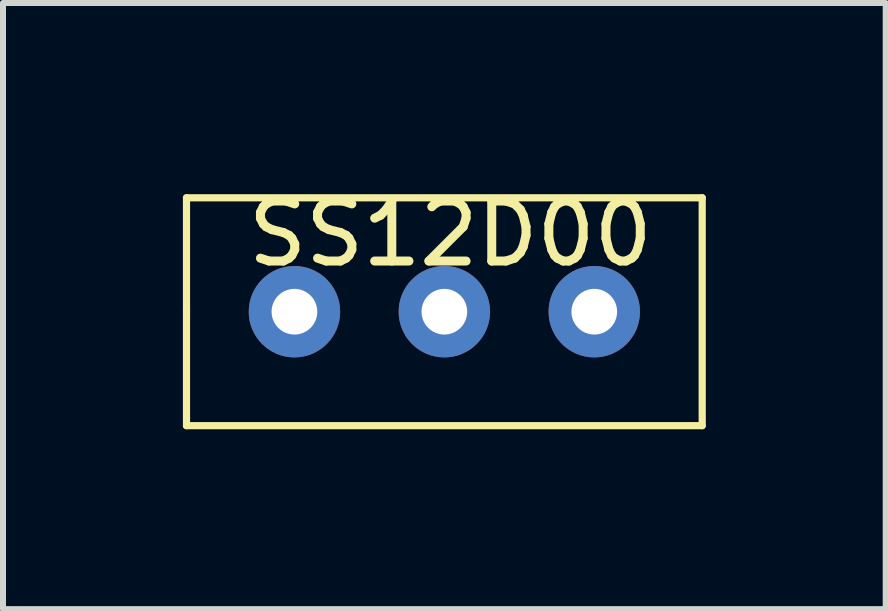
<source format=kicad_pcb>
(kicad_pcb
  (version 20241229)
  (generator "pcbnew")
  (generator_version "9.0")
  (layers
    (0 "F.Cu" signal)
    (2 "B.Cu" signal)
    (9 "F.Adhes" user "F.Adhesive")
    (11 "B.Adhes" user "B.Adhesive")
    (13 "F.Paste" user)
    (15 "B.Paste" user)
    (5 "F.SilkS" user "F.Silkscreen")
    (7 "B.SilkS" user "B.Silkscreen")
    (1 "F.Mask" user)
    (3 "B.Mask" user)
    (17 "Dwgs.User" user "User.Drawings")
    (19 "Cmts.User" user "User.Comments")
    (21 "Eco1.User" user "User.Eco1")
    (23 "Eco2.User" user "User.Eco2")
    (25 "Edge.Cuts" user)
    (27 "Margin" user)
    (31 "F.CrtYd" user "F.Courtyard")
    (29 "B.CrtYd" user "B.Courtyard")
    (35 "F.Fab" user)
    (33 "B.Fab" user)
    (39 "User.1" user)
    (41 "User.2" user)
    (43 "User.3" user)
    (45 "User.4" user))
  (footprint "SS12D00"
    (layer "F.Cu")
    (at 4.36 2.148)
    (property "Reference" "SS12D00" (at 0.1 -1.3 0) (layer "F.SilkS") (effects (font (size 1 1) (thickness 0.15))))
    (attr through_hole)
    (fp_line (start -4.3 -1.9) (end -4.3 0) (stroke (width 0.12) (type solid)) (layer "F.SilkS"))
    (fp_line (start -4.3 0) (end -4.3 1.9) (stroke (width 0.12) (type solid)) (layer "F.SilkS"))
    (fp_line (start -4.3 1.9) (end 4.3 1.9) (stroke (width 0.12) (type solid)) (layer "F.SilkS"))
    (fp_line (start 4.3 -1.9) (end -4.3 -1.9) (stroke (width 0.12) (type solid)) (layer "F.SilkS"))
    (fp_line (start 4.3 1.9) (end 4.3 -1.9) (stroke (width 0.12) (type solid)) (layer "F.SilkS"))
    (pad "1" thru_hole circle (at -2.5 0) (size 1.524 1.524) (drill 0.762) (layers "*.Cu" "*.Mask"))
    (pad "2" thru_hole circle (at 0 0) (size 1.524 1.524) (drill 0.762) (layers "*.Cu" "*.Mask"))
    (pad "3" thru_hole circle (at 2.5 0) (size 1.524 1.524) (drill 0.762) (layers "*.Cu" "*.Mask")))
  (gr_rect
    (start -3 -3)
    (end 11.72 7.108)
    (stroke (width 0.1) (type default))
    (fill no)
    (layer "Edge.Cuts")))
</source>
